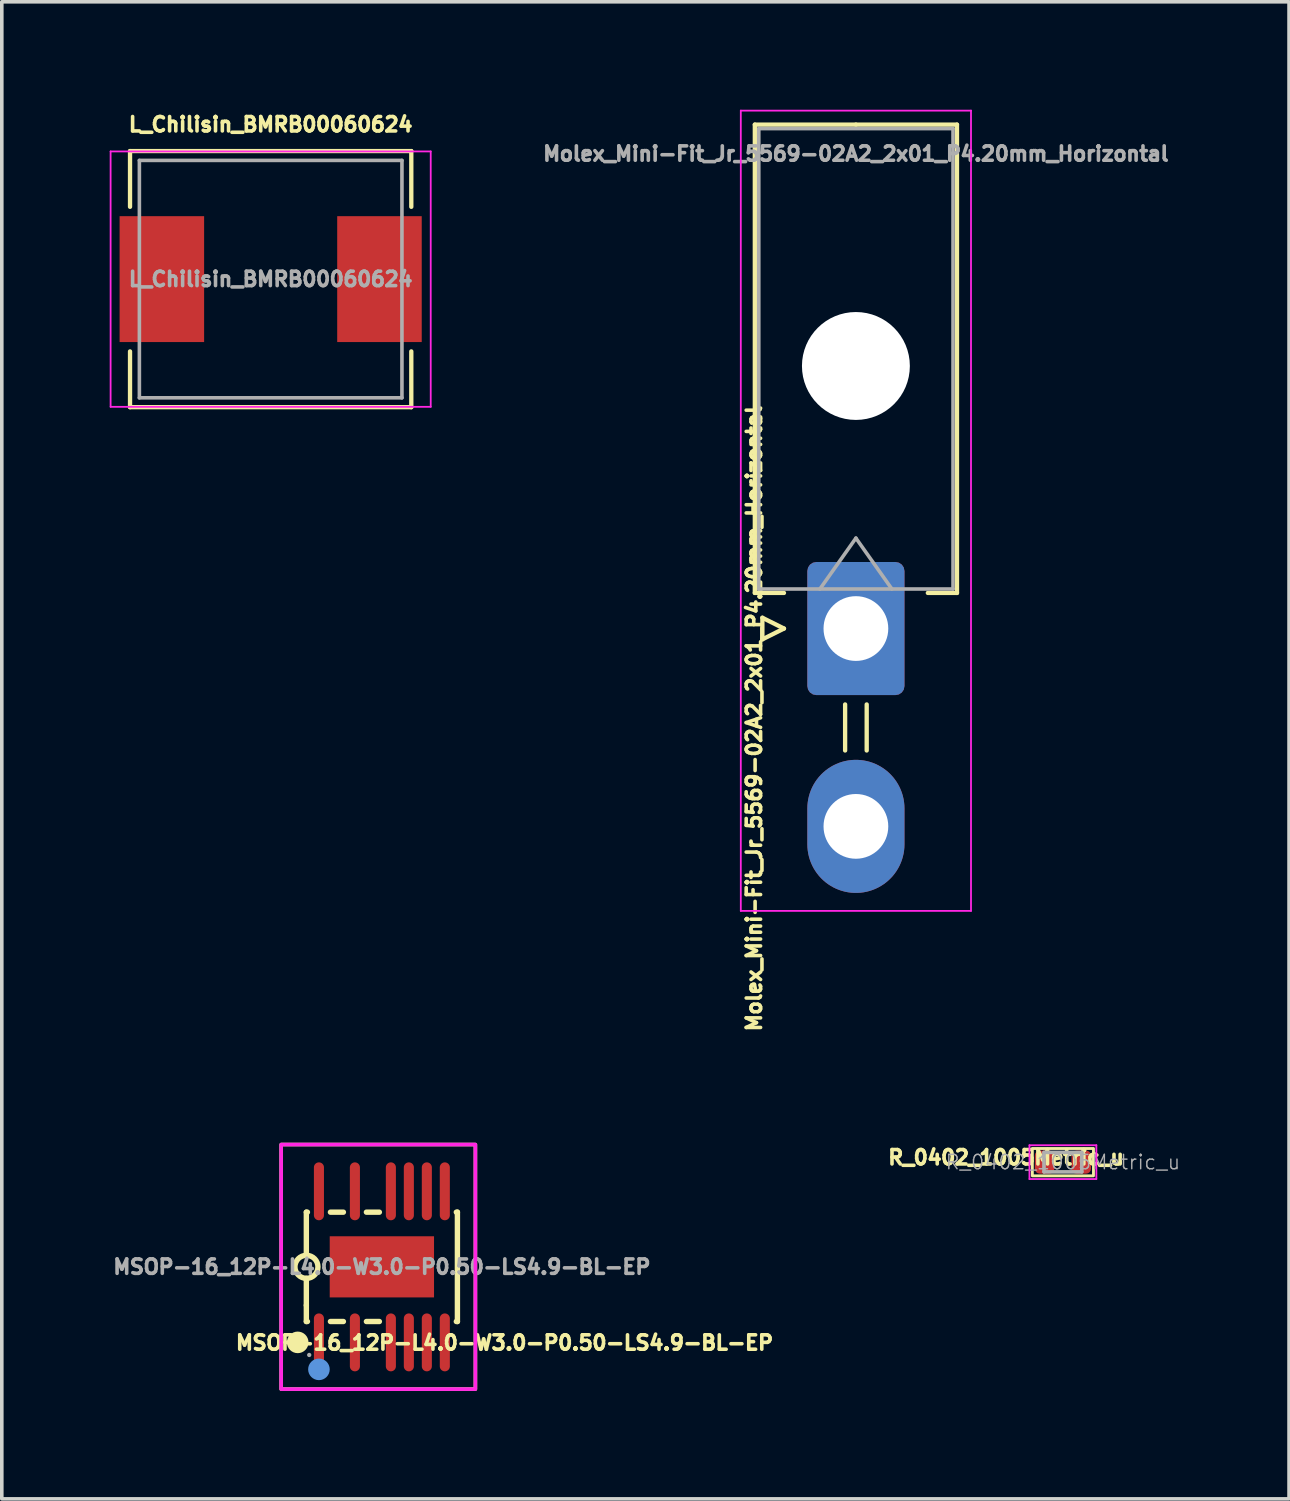
<source format=kicad_pcb>
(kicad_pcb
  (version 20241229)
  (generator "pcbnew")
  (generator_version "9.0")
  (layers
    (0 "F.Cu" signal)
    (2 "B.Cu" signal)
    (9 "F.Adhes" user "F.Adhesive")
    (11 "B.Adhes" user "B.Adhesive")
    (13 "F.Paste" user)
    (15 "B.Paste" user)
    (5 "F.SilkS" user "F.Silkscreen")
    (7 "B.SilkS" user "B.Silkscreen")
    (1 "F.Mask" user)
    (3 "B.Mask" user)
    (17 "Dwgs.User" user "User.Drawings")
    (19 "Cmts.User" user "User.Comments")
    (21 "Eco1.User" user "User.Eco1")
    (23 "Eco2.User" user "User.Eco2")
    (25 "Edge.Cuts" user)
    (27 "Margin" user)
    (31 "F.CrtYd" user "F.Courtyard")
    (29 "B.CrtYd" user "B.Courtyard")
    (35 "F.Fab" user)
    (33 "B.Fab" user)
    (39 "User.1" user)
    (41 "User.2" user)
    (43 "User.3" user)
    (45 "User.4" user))
  (footprint "L_Chilisin_BMRB00060624"
    (layer "F.Cu")
    (at 4.475 4.71)
    (property "Reference" "L_Chilisin_BMRB00060624" (at 0 -4.3 0) (layer "F.SilkS") (effects (font (size 0.4 0.4) (thickness 0.15))))
    (attr smd)
    (fp_line (start -3.91 -3.56) (end -3.91 -2.01) (stroke (width 0.12) (type solid)) (layer "F.SilkS"))
    (fp_line (start -3.91 -3.56) (end 3.91 -3.56) (stroke (width 0.12) (type solid)) (layer "F.SilkS"))
    (fp_line (start -3.91 3.56) (end -3.91 2.01) (stroke (width 0.12) (type solid)) (layer "F.SilkS"))
    (fp_line (start -3.91 3.56) (end 3.91 3.56) (stroke (width 0.12) (type solid)) (layer "F.SilkS"))
    (fp_line (start 3.91 -3.56) (end 3.91 -2.01) (stroke (width 0.12) (type solid)) (layer "F.SilkS"))
    (fp_line (start 3.91 3.56) (end 3.91 2.01) (stroke (width 0.12) (type solid)) (layer "F.SilkS"))
    (fp_line (start -4.45 -3.55) (end -4.45 3.55) (stroke (width 0.05) (type solid)) (layer "F.CrtYd"))
    (fp_line (start -4.45 3.55) (end 4.45 3.55) (stroke (width 0.05) (type solid)) (layer "F.CrtYd"))
    (fp_line (start 4.45 -3.55) (end -4.45 -3.55) (stroke (width 0.05) (type solid)) (layer "F.CrtYd"))
    (fp_line (start 4.45 3.55) (end 4.45 -3.55) (stroke (width 0.05) (type solid)) (layer "F.CrtYd"))
    (fp_line (start -3.65 -3.3) (end -3.65 3.3) (stroke (width 0.1) (type solid)) (layer "F.Fab"))
    (fp_line (start -3.65 3.3) (end 3.65 3.3) (stroke (width 0.1) (type solid)) (layer "F.Fab"))
    (fp_line (start 3.65 -3.3) (end -3.65 -3.3) (stroke (width 0.1) (type solid)) (layer "F.Fab"))
    (fp_line (start 3.65 3.3) (end 3.65 -3.3) (stroke (width 0.1) (type solid)) (layer "F.Fab"))
    (fp_text user "${REFERENCE}" (at 0 0 0) (layer "F.Fab") (effects (font (size 0.4 0.4) (thickness 0.117))))
    (pad "1" smd rect (at -3.025 0) (size 2.35 3.5) (layers "F.Cu" "F.Mask" "F.Paste"))
    (pad "2" smd rect (at 3.025 0) (size 2.35 3.5) (layers "F.Cu" "F.Mask" "F.Paste")))
  (footprint "Molex_Mini-Fit_Jr_5569-02A2_2x01_P4.20mm_Horizontal"
    (layer "F.Cu")
    (at 20.746 14.425)
    (property "Reference" "Molex_Mini-Fit_Jr_5569-02A2_2x01_P4.20mm_Horizontal" (at -2.83 2.5 90) (layer "F.SilkS") (effects (font (size 0.4 0.4) (thickness 0.125))))
    (attr through_hole)
    (fp_line (start -2.81 -14.01) (end 0 -14.01) (stroke (width 0.12) (type solid)) (layer "F.SilkS"))
    (fp_line (start -2.81 -0.99) (end -2.81 -14.01) (stroke (width 0.12) (type solid)) (layer "F.SilkS"))
    (fp_line (start -2.6 -0.3) (end -2 0) (stroke (width 0.12) (type solid)) (layer "F.SilkS"))
    (fp_line (start -2.6 0.3) (end -2.6 -0.3) (stroke (width 0.12) (type solid)) (layer "F.SilkS"))
    (fp_line (start -2 -0.99) (end -2.81 -0.99) (stroke (width 0.12) (type solid)) (layer "F.SilkS"))
    (fp_line (start -2 0) (end -2.6 0.3) (stroke (width 0.12) (type solid)) (layer "F.SilkS"))
    (fp_line (start -0.3 2.11) (end -0.3 3.39) (stroke (width 0.12) (type solid)) (layer "F.SilkS"))
    (fp_line (start 0.3 2.11) (end 0.3 3.39) (stroke (width 0.12) (type solid)) (layer "F.SilkS"))
    (fp_line (start 2 -0.99) (end 2.81 -0.99) (stroke (width 0.12) (type solid)) (layer "F.SilkS"))
    (fp_line (start 2.81 -14.01) (end 0 -14.01) (stroke (width 0.12) (type solid)) (layer "F.SilkS"))
    (fp_line (start 2.81 -0.99) (end 2.81 -14.01) (stroke (width 0.12) (type solid)) (layer "F.SilkS"))
    (fp_line (start -3.2 -14.4) (end -3.2 7.85) (stroke (width 0.05) (type solid)) (layer "F.CrtYd"))
    (fp_line (start -3.2 7.85) (end 3.2 7.85) (stroke (width 0.05) (type solid)) (layer "F.CrtYd"))
    (fp_line (start 3.2 -14.4) (end -3.2 -14.4) (stroke (width 0.05) (type solid)) (layer "F.CrtYd"))
    (fp_line (start 3.2 7.85) (end 3.2 -14.4) (stroke (width 0.05) (type solid)) (layer "F.CrtYd"))
    (fp_line (start -2.7 -13.9) (end -2.7 -1.1) (stroke (width 0.1) (type solid)) (layer "F.Fab"))
    (fp_line (start -2.7 -1.1) (end 2.7 -1.1) (stroke (width 0.1) (type solid)) (layer "F.Fab"))
    (fp_line (start -1 -1.1) (end 0 -2.514) (stroke (width 0.1) (type solid)) (layer "F.Fab"))
    (fp_line (start 0 -2.514) (end 1 -1.1) (stroke (width 0.1) (type solid)) (layer "F.Fab"))
    (fp_line (start 2.7 -13.9) (end -2.7 -13.9) (stroke (width 0.1) (type solid)) (layer "F.Fab"))
    (fp_line (start 2.7 -1.1) (end 2.7 -13.9) (stroke (width 0.1) (type solid)) (layer "F.Fab"))
    (fp_text user "${REFERENCE}" (at 0 -13.2 0) (layer "F.Fab") (effects (font (size 0.4 0.4) (thickness 0.125))))
    (pad "" np_thru_hole circle (at 0 -7.3) (size 3 3) (drill 3) (layers "*.Cu" "*.Mask"))
    (pad "1" thru_hole roundrect (at 0 0) (size 2.7 3.7) (drill 1.8) (layers "*.Cu" "*.Mask") (roundrect_rratio 0.093))
    (pad "2" thru_hole oval (at 0 5.5) (size 2.7 3.7) (drill 1.8) (layers "*.Cu" "*.Mask")))
  (footprint "MSOP-16_12P-L4.0-W3.0-P0.50-LS4.9-BL-EP"
    (layer "F.Cu")
    (at 7.567 32.171)
    (property "Reference" "MSOP-16_12P-L4.0-W3.0-P0.50-LS4.9-BL-EP" (at 3.41 2.11 0) (layer "F.SilkS") (effects (font (size 0.4 0.4) (thickness 0.15))))
    (attr smd)
    (fp_line (start -2.1 -1.52) (end -2.07 -1.52) (stroke (width 0.15) (type solid)) (layer "F.SilkS"))
    (fp_line (start -2.1 -0.32) (end -2.1 -1.52) (stroke (width 0.15) (type solid)) (layer "F.SilkS"))
    (fp_line (start -2.1 0.32) (end -2.1 1.07) (stroke (width 0.15) (type solid)) (layer "F.SilkS"))
    (fp_line (start -2.1 1.52) (end -2.1 1.07) (stroke (width 0.15) (type solid)) (layer "F.SilkS"))
    (fp_line (start -2.1 1.52) (end -2.07 1.52) (stroke (width 0.15) (type solid)) (layer "F.SilkS"))
    (fp_line (start -1.43 -1.52) (end -1.07 -1.52) (stroke (width 0.15) (type solid)) (layer "F.SilkS"))
    (fp_line (start -1.43 1.52) (end -1.07 1.52) (stroke (width 0.15) (type solid)) (layer "F.SilkS"))
    (fp_line (start -0.43 -1.52) (end -0.07 -1.52) (stroke (width 0.15) (type solid)) (layer "F.SilkS"))
    (fp_line (start -0.43 1.52) (end -0.07 1.52) (stroke (width 0.15) (type solid)) (layer "F.SilkS"))
    (fp_line (start 2.07 -1.52) (end 2.1 -1.52) (stroke (width 0.15) (type solid)) (layer "F.SilkS"))
    (fp_line (start 2.07 1.52) (end 2.1 1.52) (stroke (width 0.15) (type solid)) (layer "F.SilkS"))
    (fp_line (start 2.1 -1.52) (end 2.1 1.52) (stroke (width 0.15) (type solid)) (layer "F.SilkS"))
    (fp_rect (start -2.8 -3.4) (end 2.6 3.4) (stroke (width 0.1) (type default)) (fill no) (layer "F.SilkS"))
    (fp_arc (start -2.094415 -0.319951) (mid -2.102823 0.319988) (end -2.1 -0.32) (stroke (width 0.15) (type solid)) (layer "F.SilkS"))
    (fp_circle (center -2.34 2.1) (end -2.19 2.1) (stroke (width 0.3) (type solid)) (fill no) (layer "F.SilkS"))
    (fp_circle (center -1.75 2.85) (end -1.6 2.85) (stroke (width 0.3) (type solid)) (fill no) (layer "Cmts.User"))
    (fp_rect (start -2.8 -3.4) (end 2.6 3.4) (stroke (width 0.1) (type default)) (fill no) (layer "F.CrtYd"))
    (fp_circle (center -2.02 2.45) (end -1.99 2.45) (stroke (width 0.06) (type solid)) (fill no) (layer "F.Fab"))
    (fp_text user "${REFERENCE}" (at 0 0 0) (layer "F.Fab") (effects (font (size 0.4 0.4) (thickness 0.15))))
    (pad "1" smd oval (at -1.75 2.1) (size 0.28 1.61) (layers "F.Cu" "F.Mask" "F.Paste"))
    (pad "3" smd oval (at -0.75 2.1) (size 0.28 1.61) (layers "F.Cu" "F.Mask" "F.Paste"))
    (pad "5" smd oval (at 0.25 2.1) (size 0.28 1.61) (layers "F.Cu" "F.Mask" "F.Paste"))
    (pad "6" smd oval (at 0.75 2.1) (size 0.28 1.61) (layers "F.Cu" "F.Mask" "F.Paste"))
    (pad "7" smd oval (at 1.25 2.1) (size 0.28 1.61) (layers "F.Cu" "F.Mask" "F.Paste"))
    (pad "8" smd oval (at 1.75 2.1) (size 0.28 1.61) (layers "F.Cu" "F.Mask" "F.Paste"))
    (pad "9" smd oval (at 1.75 -2.1) (size 0.28 1.61) (layers "F.Cu" "F.Mask" "F.Paste"))
    (pad "10" smd oval (at 1.25 -2.1) (size 0.28 1.61) (layers "F.Cu" "F.Mask" "F.Paste"))
    (pad "11" smd oval (at 0.75 -2.1) (size 0.28 1.61) (layers "F.Cu" "F.Mask" "F.Paste"))
    (pad "12" smd oval (at 0.25 -2.1) (size 0.28 1.61) (layers "F.Cu" "F.Mask" "F.Paste"))
    (pad "14" smd oval (at -0.75 -2.1) (size 0.28 1.61) (layers "F.Cu" "F.Mask" "F.Paste"))
    (pad "16" smd oval (at -1.75 -2.1) (size 0.28 1.61) (layers "F.Cu" "F.Mask" "F.Paste"))
    (pad "17" smd rect (at 0 0 180) (size 2.9 1.7) (layers "F.Cu" "F.Mask" "F.Paste")))
  (footprint "R_0402_1005Metric_u"
    (layer "F.Cu")
    (at 26.501 29.26)
    (property "Reference" "R_0402_1005Metric_u" (at -1.58 -0.13 180) (layer "F.SilkS") (effects (font (size 0.4 0.4) (thickness 0.15))))
    (attr smd)
    (fp_rect (start 0.85 0.38) (end -0.85 -0.38) (stroke (width 0.08) (type solid)) (fill no) (layer "F.SilkS"))
    (fp_line (start -0.93 -0.47) (end 0.93 -0.47) (stroke (width 0.05) (type solid)) (layer "F.CrtYd"))
    (fp_line (start -0.93 0.47) (end -0.93 -0.47) (stroke (width 0.05) (type solid)) (layer "F.CrtYd"))
    (fp_line (start 0.93 -0.47) (end 0.93 0.47) (stroke (width 0.05) (type solid)) (layer "F.CrtYd"))
    (fp_line (start 0.93 0.47) (end -0.93 0.47) (stroke (width 0.05) (type solid)) (layer "F.CrtYd"))
    (fp_line (start -0.525 -0.27) (end 0.525 -0.27) (stroke (width 0.1) (type solid)) (layer "F.Fab"))
    (fp_line (start -0.525 0.27) (end -0.525 -0.27) (stroke (width 0.1) (type solid)) (layer "F.Fab"))
    (fp_line (start 0.525 -0.27) (end 0.525 0.27) (stroke (width 0.1) (type solid)) (layer "F.Fab"))
    (fp_line (start 0.525 0.27) (end -0.525 0.27) (stroke (width 0.1) (type solid)) (layer "F.Fab"))
    (fp_text user "${REFERENCE}" (at 0 0 180) (layer "F.Fab") (effects (font (size 0.4 0.4) (thickness 0.04))))
    (pad "1" smd roundrect (at -0.51 0) (size 0.54 0.64) (layers "F.Cu" "F.Mask" "F.Paste") (roundrect_rratio 0.25))
    (pad "2" smd roundrect (at 0.51 0) (size 0.54 0.64) (layers "F.Cu" "F.Mask" "F.Paste") (roundrect_rratio 0.25)))
  (gr_rect
    (start -3 -3)
    (end 32.788 38.621)
    (stroke (width 0.1) (type default))
    (fill no)
    (layer "Edge.Cuts")))
</source>
